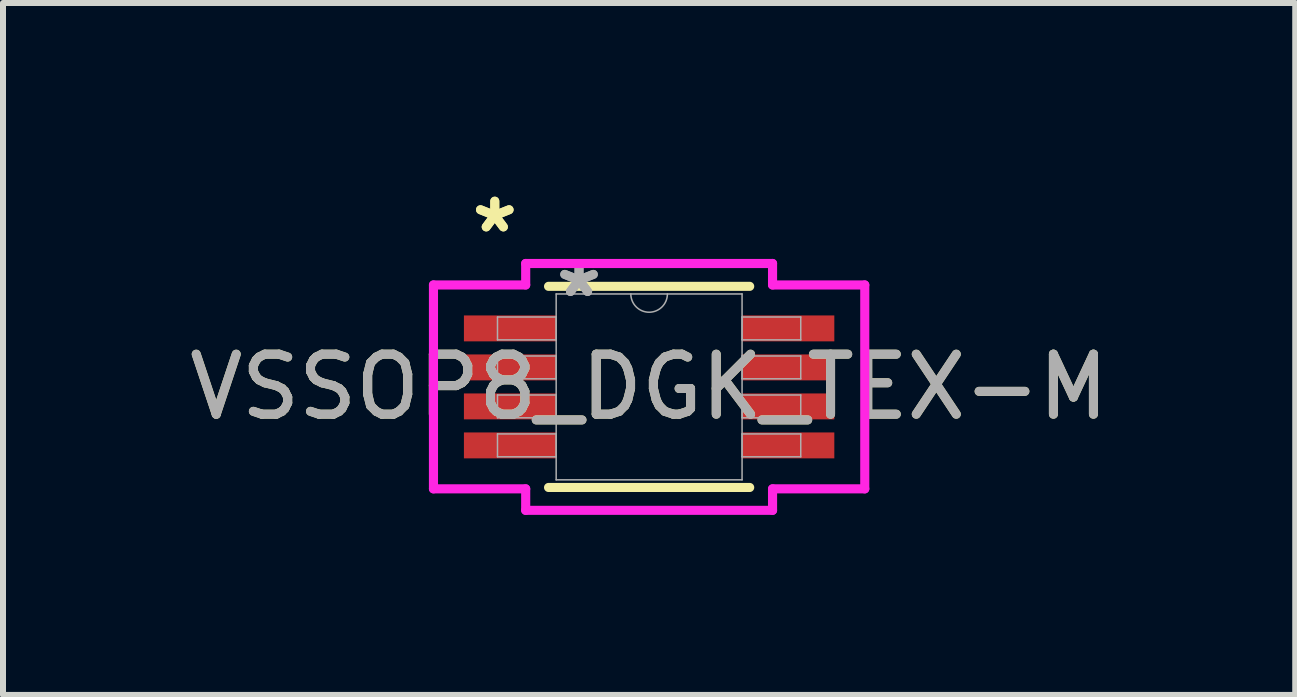
<source format=kicad_pcb>
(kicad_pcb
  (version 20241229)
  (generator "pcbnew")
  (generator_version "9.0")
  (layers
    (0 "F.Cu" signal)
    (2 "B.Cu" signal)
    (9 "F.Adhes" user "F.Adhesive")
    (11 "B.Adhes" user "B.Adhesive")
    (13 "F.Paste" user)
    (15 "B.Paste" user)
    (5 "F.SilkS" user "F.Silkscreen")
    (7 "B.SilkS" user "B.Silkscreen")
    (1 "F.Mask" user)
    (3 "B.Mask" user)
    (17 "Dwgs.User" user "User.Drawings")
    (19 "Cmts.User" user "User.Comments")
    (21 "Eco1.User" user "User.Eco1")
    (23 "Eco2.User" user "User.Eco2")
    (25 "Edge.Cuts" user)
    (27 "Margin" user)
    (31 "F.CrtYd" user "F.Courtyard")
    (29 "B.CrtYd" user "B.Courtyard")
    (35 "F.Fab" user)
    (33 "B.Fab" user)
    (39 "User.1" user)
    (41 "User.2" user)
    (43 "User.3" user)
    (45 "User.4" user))
  (footprint "VSSOP8_DGK_TEX-M"
    (layer "F.Cu")
    (at 7.768 3.398)
    (property "Reference" "VSSOP8_DGK_TEX-M" (at 0 0 0) (unlocked yes) (layer "F.SilkS") (effects (font (size 1 1) (thickness 0.15))))
    (attr smd)
    (fp_line (start -1.676 1.676) (end 1.676 1.676) (stroke (width 0.152) (type solid)) (layer "F.SilkS"))
    (fp_line (start 1.676 -1.676) (end -1.676 -1.676) (stroke (width 0.152) (type solid)) (layer "F.SilkS"))
    (fp_line (start -3.594 -1.699) (end -2.057 -1.699) (stroke (width 0.152) (type solid)) (layer "F.CrtYd"))
    (fp_line (start -3.594 1.699) (end -3.594 -1.699) (stroke (width 0.152) (type solid)) (layer "F.CrtYd"))
    (fp_line (start -3.594 1.699) (end -2.057 1.699) (stroke (width 0.152) (type solid)) (layer "F.CrtYd"))
    (fp_line (start -2.057 -2.057) (end 2.057 -2.057) (stroke (width 0.152) (type solid)) (layer "F.CrtYd"))
    (fp_line (start -2.057 -1.699) (end -2.057 -2.057) (stroke (width 0.152) (type solid)) (layer "F.CrtYd"))
    (fp_line (start -2.057 2.057) (end -2.057 1.699) (stroke (width 0.152) (type solid)) (layer "F.CrtYd"))
    (fp_line (start 2.057 -2.057) (end 2.057 -1.699) (stroke (width 0.152) (type solid)) (layer "F.CrtYd"))
    (fp_line (start 2.057 1.699) (end 2.057 2.057) (stroke (width 0.152) (type solid)) (layer "F.CrtYd"))
    (fp_line (start 2.057 2.057) (end -2.057 2.057) (stroke (width 0.152) (type solid)) (layer "F.CrtYd"))
    (fp_line (start 3.594 -1.699) (end 2.057 -1.699) (stroke (width 0.152) (type solid)) (layer "F.CrtYd"))
    (fp_line (start 3.594 -1.699) (end 3.594 1.699) (stroke (width 0.152) (type solid)) (layer "F.CrtYd"))
    (fp_line (start 3.594 1.699) (end 2.057 1.699) (stroke (width 0.152) (type solid)) (layer "F.CrtYd"))
    (fp_line (start -2.527 -1.165) (end -2.527 -0.784) (stroke (width 0.025) (type solid)) (layer "F.Fab"))
    (fp_line (start -2.527 -0.784) (end -1.549 -0.784) (stroke (width 0.025) (type solid)) (layer "F.Fab"))
    (fp_line (start -2.527 -0.515) (end -2.527 -0.135) (stroke (width 0.025) (type solid)) (layer "F.Fab"))
    (fp_line (start -2.527 -0.135) (end -1.549 -0.135) (stroke (width 0.025) (type solid)) (layer "F.Fab"))
    (fp_line (start -2.527 0.135) (end -2.527 0.515) (stroke (width 0.025) (type solid)) (layer "F.Fab"))
    (fp_line (start -2.527 0.515) (end -1.549 0.515) (stroke (width 0.025) (type solid)) (layer "F.Fab"))
    (fp_line (start -2.527 0.784) (end -2.527 1.165) (stroke (width 0.025) (type solid)) (layer "F.Fab"))
    (fp_line (start -2.527 1.165) (end -1.549 1.165) (stroke (width 0.025) (type solid)) (layer "F.Fab"))
    (fp_line (start -1.549 -1.549) (end -1.549 1.549) (stroke (width 0.025) (type solid)) (layer "F.Fab"))
    (fp_line (start -1.549 -1.165) (end -2.527 -1.165) (stroke (width 0.025) (type solid)) (layer "F.Fab"))
    (fp_line (start -1.549 -0.784) (end -1.549 -1.165) (stroke (width 0.025) (type solid)) (layer "F.Fab"))
    (fp_line (start -1.549 -0.515) (end -2.527 -0.515) (stroke (width 0.025) (type solid)) (layer "F.Fab"))
    (fp_line (start -1.549 -0.135) (end -1.549 -0.515) (stroke (width 0.025) (type solid)) (layer "F.Fab"))
    (fp_line (start -1.549 0.135) (end -2.527 0.135) (stroke (width 0.025) (type solid)) (layer "F.Fab"))
    (fp_line (start -1.549 0.515) (end -1.549 0.135) (stroke (width 0.025) (type solid)) (layer "F.Fab"))
    (fp_line (start -1.549 0.784) (end -2.527 0.784) (stroke (width 0.025) (type solid)) (layer "F.Fab"))
    (fp_line (start -1.549 1.165) (end -1.549 0.784) (stroke (width 0.025) (type solid)) (layer "F.Fab"))
    (fp_line (start -1.549 1.549) (end 1.549 1.549) (stroke (width 0.025) (type solid)) (layer "F.Fab"))
    (fp_line (start 1.549 -1.549) (end -1.549 -1.549) (stroke (width 0.025) (type solid)) (layer "F.Fab"))
    (fp_line (start 1.549 -1.165) (end 1.549 -0.784) (stroke (width 0.025) (type solid)) (layer "F.Fab"))
    (fp_line (start 1.549 -0.784) (end 2.527 -0.784) (stroke (width 0.025) (type solid)) (layer "F.Fab"))
    (fp_line (start 1.549 -0.515) (end 1.549 -0.135) (stroke (width 0.025) (type solid)) (layer "F.Fab"))
    (fp_line (start 1.549 -0.135) (end 2.527 -0.135) (stroke (width 0.025) (type solid)) (layer "F.Fab"))
    (fp_line (start 1.549 0.135) (end 1.549 0.515) (stroke (width 0.025) (type solid)) (layer "F.Fab"))
    (fp_line (start 1.549 0.515) (end 2.527 0.515) (stroke (width 0.025) (type solid)) (layer "F.Fab"))
    (fp_line (start 1.549 0.784) (end 1.549 1.165) (stroke (width 0.025) (type solid)) (layer "F.Fab"))
    (fp_line (start 1.549 1.165) (end 2.527 1.165) (stroke (width 0.025) (type solid)) (layer "F.Fab"))
    (fp_line (start 1.549 1.549) (end 1.549 -1.549) (stroke (width 0.025) (type solid)) (layer "F.Fab"))
    (fp_line (start 2.527 -1.165) (end 1.549 -1.165) (stroke (width 0.025) (type solid)) (layer "F.Fab"))
    (fp_line (start 2.527 -0.784) (end 2.527 -1.165) (stroke (width 0.025) (type solid)) (layer "F.Fab"))
    (fp_line (start 2.527 -0.515) (end 1.549 -0.515) (stroke (width 0.025) (type solid)) (layer "F.Fab"))
    (fp_line (start 2.527 -0.135) (end 2.527 -0.515) (stroke (width 0.025) (type solid)) (layer "F.Fab"))
    (fp_line (start 2.527 0.135) (end 1.549 0.135) (stroke (width 0.025) (type solid)) (layer "F.Fab"))
    (fp_line (start 2.527 0.515) (end 2.527 0.135) (stroke (width 0.025) (type solid)) (layer "F.Fab"))
    (fp_line (start 2.527 0.784) (end 1.549 0.784) (stroke (width 0.025) (type solid)) (layer "F.Fab"))
    (fp_line (start 2.527 1.165) (end 2.527 0.784) (stroke (width 0.025) (type solid)) (layer "F.Fab"))
    (fp_arc (start 0.3048 -1.5494) (mid 0 -1.2446) (end -0.3048 -1.5494) (stroke (width 0.0254) (type solid)) (layer "F.Fab"))
    (fp_text user "*" (at -2.572 -2.55 0) (unlocked yes) (layer "F.SilkS") (effects (font (size 1 1) (thickness 0.15))))
    (fp_text user "*" (at -2.572 -2.55 0) (layer "F.SilkS") (effects (font (size 1 1) (thickness 0.15))))
    (fp_text user "*" (at -1.168 -1.473 0) (layer "F.Fab") (effects (font (size 1 1) (thickness 0.15))))
    (fp_text user "${REFERENCE}" (at 0 0 0) (unlocked yes) (layer "F.Fab") (effects (font (size 1 1) (thickness 0.15))))
    (fp_text user "*" (at -1.168 -1.473 0) (unlocked yes) (layer "F.Fab") (effects (font (size 1 1) (thickness 0.15))))
    (pad "1" smd rect (at -2.318 -0.975) (size 1.537 0.432) (layers "F.Cu" "F.Mask" "F.Paste"))
    (pad "2" smd rect (at -2.318 -0.325) (size 1.537 0.432) (layers "F.Cu" "F.Mask" "F.Paste"))
    (pad "3" smd rect (at -2.318 0.325) (size 1.537 0.432) (layers "F.Cu" "F.Mask" "F.Paste"))
    (pad "4" smd rect (at -2.318 0.975) (size 1.537 0.432) (layers "F.Cu" "F.Mask" "F.Paste"))
    (pad "5" smd rect (at 2.318 0.975) (size 1.537 0.432) (layers "F.Cu" "F.Mask" "F.Paste"))
    (pad "6" smd rect (at 2.318 0.325) (size 1.537 0.432) (layers "F.Cu" "F.Mask" "F.Paste"))
    (pad "7" smd rect (at 2.318 -0.325) (size 1.537 0.432) (layers "F.Cu" "F.Mask" "F.Paste"))
    (pad "8" smd rect (at 2.318 -0.975) (size 1.537 0.432) (layers "F.Cu" "F.Mask" "F.Paste")))
  (gr_rect
    (start -3 -3)
    (end 18.536 8.532)
    (stroke (width 0.1) (type default))
    (fill no)
    (layer "Edge.Cuts")))
</source>
